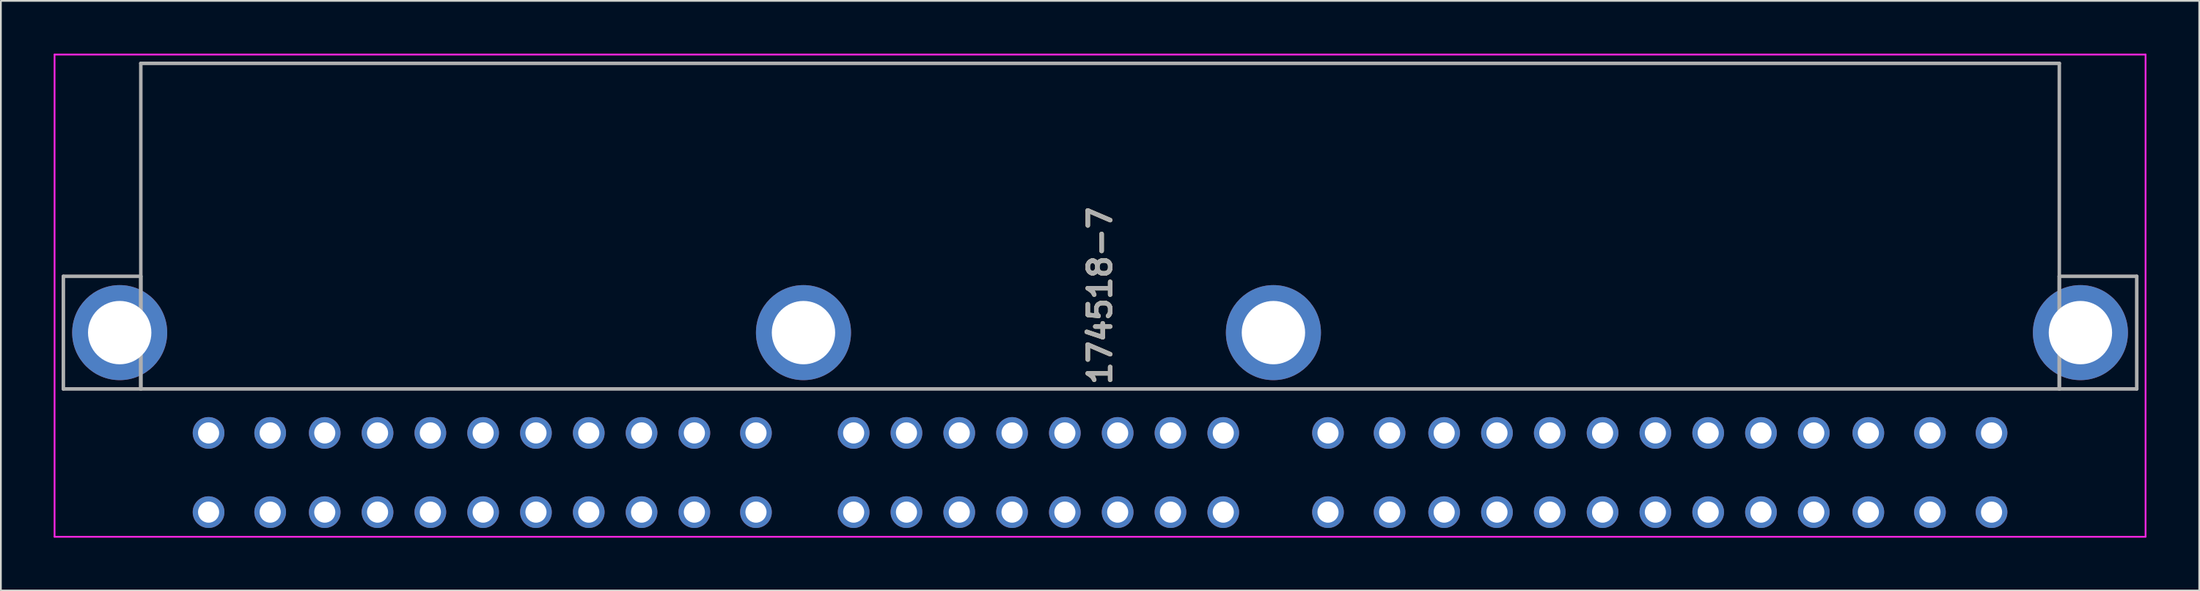
<source format=kicad_pcb>
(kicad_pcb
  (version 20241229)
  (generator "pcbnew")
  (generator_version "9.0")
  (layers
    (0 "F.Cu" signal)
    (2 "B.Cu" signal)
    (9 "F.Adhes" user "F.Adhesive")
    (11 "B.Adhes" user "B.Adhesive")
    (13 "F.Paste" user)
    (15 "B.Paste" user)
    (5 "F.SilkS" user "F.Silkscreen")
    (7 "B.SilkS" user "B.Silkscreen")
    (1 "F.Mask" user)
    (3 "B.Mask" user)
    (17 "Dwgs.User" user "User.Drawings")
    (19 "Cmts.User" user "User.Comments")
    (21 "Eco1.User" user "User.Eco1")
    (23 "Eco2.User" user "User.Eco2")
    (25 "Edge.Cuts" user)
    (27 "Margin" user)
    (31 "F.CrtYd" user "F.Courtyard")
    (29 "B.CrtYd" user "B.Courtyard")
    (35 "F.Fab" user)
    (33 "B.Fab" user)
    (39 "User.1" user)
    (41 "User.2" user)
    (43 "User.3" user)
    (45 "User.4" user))
  (footprint "174518-7"
    (layer "F.Cu")
    (at 59.1 14.55)
    (property "Reference" "174518-7" (at 0.35 -0.8 90) (layer "F.SilkS") (effects (font (size 1.27 1.27) (thickness 0.254))))
    (attr through_hole)
    (fp_line (start -54.15 -14) (end 54.85 -14) (stroke (width 0.1) (type solid)) (layer "F.SilkS"))
    (fp_line (start -54.15 -1.9) (end -54.15 -14) (stroke (width 0.1) (type solid)) (layer "F.SilkS"))
    (fp_line (start 54.85 -1.9) (end 54.85 -14) (stroke (width 0.1) (type solid)) (layer "F.SilkS"))
    (fp_line (start 54.85 4.5) (end -54.15 4.5) (stroke (width 0.1) (type solid)) (layer "F.SilkS"))
    (fp_line (start -59.05 -14.5) (end 59.75 -14.5) (stroke (width 0.1) (type solid)) (layer "F.CrtYd"))
    (fp_line (start -59.05 12.9) (end -59.05 -14.5) (stroke (width 0.1) (type solid)) (layer "F.CrtYd"))
    (fp_line (start 59.75 -14.5) (end 59.75 12.9) (stroke (width 0.1) (type solid)) (layer "F.CrtYd"))
    (fp_line (start 59.75 12.9) (end -59.05 12.9) (stroke (width 0.1) (type solid)) (layer "F.CrtYd"))
    (fp_line (start -58.55 -1.9) (end -58.55 4.5) (stroke (width 0.2) (type solid)) (layer "F.Fab"))
    (fp_line (start -58.55 4.5) (end -54.15 4.5) (stroke (width 0.2) (type solid)) (layer "F.Fab"))
    (fp_line (start -54.15 -14) (end 54.85 -14) (stroke (width 0.2) (type solid)) (layer "F.Fab"))
    (fp_line (start -54.15 -1.9) (end -58.55 -1.9) (stroke (width 0.2) (type solid)) (layer "F.Fab"))
    (fp_line (start -54.15 4.5) (end -54.15 -14) (stroke (width 0.2) (type solid)) (layer "F.Fab"))
    (fp_line (start -54.15 4.5) (end -54.15 -1.9) (stroke (width 0.2) (type solid)) (layer "F.Fab"))
    (fp_line (start 54.85 -14) (end 54.85 4.5) (stroke (width 0.2) (type solid)) (layer "F.Fab"))
    (fp_line (start 54.85 -1.9) (end 59.25 -1.9) (stroke (width 0.2) (type solid)) (layer "F.Fab"))
    (fp_line (start 54.85 4.5) (end -54.15 4.5) (stroke (width 0.2) (type solid)) (layer "F.Fab"))
    (fp_line (start 54.85 4.5) (end 54.85 -1.9) (stroke (width 0.2) (type solid)) (layer "F.Fab"))
    (fp_line (start 59.25 -1.9) (end 59.25 4.5) (stroke (width 0.2) (type solid)) (layer "F.Fab"))
    (fp_line (start 59.25 4.5) (end 54.85 4.5) (stroke (width 0.2) (type solid)) (layer "F.Fab"))
    (fp_text user "${REFERENCE}" (at 0.35 -0.8 90) (layer "F.Fab") (effects (font (size 1.27 1.27) (thickness 0.254))))
    (pad "1A" thru_hole circle (at -50.3 7 90) (size 1.8 1.8) (drill 1.2) (layers "*.Cu" "*.Mask"))
    (pad "1B" thru_hole circle (at -50.3 11.5 90) (size 1.8 1.8) (drill 1.2) (layers "*.Cu" "*.Mask"))
    (pad "1C" thru_hole circle (at -46.8 7 90) (size 1.8 1.8) (drill 1.2) (layers "*.Cu" "*.Mask"))
    (pad "1D" thru_hole circle (at -46.8 11.5 90) (size 1.8 1.8) (drill 1.2) (layers "*.Cu" "*.Mask"))
    (pad "1E" thru_hole circle (at -43.7 7 90) (size 1.8 1.8) (drill 1.2) (layers "*.Cu" "*.Mask"))
    (pad "1F" thru_hole circle (at -43.7 11.5 90) (size 1.8 1.8) (drill 1.2) (layers "*.Cu" "*.Mask"))
    (pad "1G" thru_hole circle (at -40.7 7 90) (size 1.8 1.8) (drill 1.2) (layers "*.Cu" "*.Mask"))
    (pad "1H" thru_hole circle (at -40.7 11.5 90) (size 1.8 1.8) (drill 1.2) (layers "*.Cu" "*.Mask"))
    (pad "1I" thru_hole circle (at -37.7 7 90) (size 1.8 1.8) (drill 1.2) (layers "*.Cu" "*.Mask"))
    (pad "1J" thru_hole circle (at -37.7 11.5 90) (size 1.8 1.8) (drill 1.2) (layers "*.Cu" "*.Mask"))
    (pad "1K" thru_hole circle (at -34.7 7 90) (size 1.8 1.8) (drill 1.2) (layers "*.Cu" "*.Mask"))
    (pad "1L" thru_hole circle (at -34.7 11.5 90) (size 1.8 1.8) (drill 1.2) (layers "*.Cu" "*.Mask"))
    (pad "1M" thru_hole circle (at -31.7 7 90) (size 1.8 1.8) (drill 1.2) (layers "*.Cu" "*.Mask"))
    (pad "1N" thru_hole circle (at -31.7 11.5 90) (size 1.8 1.8) (drill 1.2) (layers "*.Cu" "*.Mask"))
    (pad "1O" thru_hole circle (at -28.7 7 90) (size 1.8 1.8) (drill 1.2) (layers "*.Cu" "*.Mask"))
    (pad "1P" thru_hole circle (at -28.7 11.5 90) (size 1.8 1.8) (drill 1.2) (layers "*.Cu" "*.Mask"))
    (pad "1Q" thru_hole circle (at -25.7 7 90) (size 1.8 1.8) (drill 1.2) (layers "*.Cu" "*.Mask"))
    (pad "1R" thru_hole circle (at -25.7 11.5 90) (size 1.8 1.8) (drill 1.2) (layers "*.Cu" "*.Mask"))
    (pad "1S" thru_hole circle (at -22.7 7 90) (size 1.8 1.8) (drill 1.2) (layers "*.Cu" "*.Mask"))
    (pad "1T" thru_hole circle (at -22.7 11.5 90) (size 1.8 1.8) (drill 1.2) (layers "*.Cu" "*.Mask"))
    (pad "1U" thru_hole circle (at -19.2 7 90) (size 1.8 1.8) (drill 1.2) (layers "*.Cu" "*.Mask"))
    (pad "1V" thru_hole circle (at -19.2 11.5 90) (size 1.8 1.8) (drill 1.2) (layers "*.Cu" "*.Mask"))
    (pad "2A" thru_hole circle (at 13.3 7 90) (size 1.8 1.8) (drill 1.2) (layers "*.Cu" "*.Mask"))
    (pad "2B" thru_hole circle (at 13.3 11.5 90) (size 1.8 1.8) (drill 1.2) (layers "*.Cu" "*.Mask"))
    (pad "2C" thru_hole circle (at 16.8 7 90) (size 1.8 1.8) (drill 1.2) (layers "*.Cu" "*.Mask"))
    (pad "2D" thru_hole circle (at 16.8 11.5 90) (size 1.8 1.8) (drill 1.2) (layers "*.Cu" "*.Mask"))
    (pad "2E" thru_hole circle (at 19.9 7 90) (size 1.8 1.8) (drill 1.2) (layers "*.Cu" "*.Mask"))
    (pad "2F" thru_hole circle (at 19.9 11.5 90) (size 1.8 1.8) (drill 1.2) (layers "*.Cu" "*.Mask"))
    (pad "2G" thru_hole circle (at 22.9 7 90) (size 1.8 1.8) (drill 1.2) (layers "*.Cu" "*.Mask"))
    (pad "2H" thru_hole circle (at 22.9 11.5 90) (size 1.8 1.8) (drill 1.2) (layers "*.Cu" "*.Mask"))
    (pad "2I" thru_hole circle (at 25.9 7 90) (size 1.8 1.8) (drill 1.2) (layers "*.Cu" "*.Mask"))
    (pad "2J" thru_hole circle (at 25.9 11.5 90) (size 1.8 1.8) (drill 1.2) (layers "*.Cu" "*.Mask"))
    (pad "2K" thru_hole circle (at 28.9 7 90) (size 1.8 1.8) (drill 1.2) (layers "*.Cu" "*.Mask"))
    (pad "2L" thru_hole circle (at 28.9 11.5 90) (size 1.8 1.8) (drill 1.2) (layers "*.Cu" "*.Mask"))
    (pad "2M" thru_hole circle (at 31.9 7 90) (size 1.8 1.8) (drill 1.2) (layers "*.Cu" "*.Mask"))
    (pad "2N" thru_hole circle (at 31.9 11.5 90) (size 1.8 1.8) (drill 1.2) (layers "*.Cu" "*.Mask"))
    (pad "2O" thru_hole circle (at 34.9 7 90) (size 1.8 1.8) (drill 1.2) (layers "*.Cu" "*.Mask"))
    (pad "2P" thru_hole circle (at 34.9 11.5 90) (size 1.8 1.8) (drill 1.2) (layers "*.Cu" "*.Mask"))
    (pad "2Q" thru_hole circle (at 37.9 7 90) (size 1.8 1.8) (drill 1.2) (layers "*.Cu" "*.Mask"))
    (pad "2R" thru_hole circle (at 37.9 11.5 90) (size 1.8 1.8) (drill 1.2) (layers "*.Cu" "*.Mask"))
    (pad "2S" thru_hole circle (at 40.9 7 90) (size 1.8 1.8) (drill 1.2) (layers "*.Cu" "*.Mask"))
    (pad "2T" thru_hole circle (at 40.9 11.5 90) (size 1.8 1.8) (drill 1.2) (layers "*.Cu" "*.Mask"))
    (pad "2U" thru_hole circle (at 44 7 90) (size 1.8 1.8) (drill 1.2) (layers "*.Cu" "*.Mask"))
    (pad "2V" thru_hole circle (at 44 11.5 90) (size 1.8 1.8) (drill 1.2) (layers "*.Cu" "*.Mask"))
    (pad "2W" thru_hole circle (at 47.5 7 90) (size 1.8 1.8) (drill 1.2) (layers "*.Cu" "*.Mask"))
    (pad "2X" thru_hole circle (at 47.5 11.5 90) (size 1.8 1.8) (drill 1.2) (layers "*.Cu" "*.Mask"))
    (pad "2Y" thru_hole circle (at 51 11.5 90) (size 1.8 1.8) (drill 1.2) (layers "*.Cu" "*.Mask"))
    (pad "2Z" thru_hole circle (at 51 7 90) (size 1.8 1.8) (drill 1.2) (layers "*.Cu" "*.Mask"))
    (pad "3A" thru_hole circle (at -13.65 7 90) (size 1.8 1.8) (drill 1.2) (layers "*.Cu" "*.Mask"))
    (pad "3B" thru_hole circle (at -13.65 11.5 90) (size 1.8 1.8) (drill 1.2) (layers "*.Cu" "*.Mask"))
    (pad "3C" thru_hole circle (at -10.65 7 90) (size 1.8 1.8) (drill 1.2) (layers "*.Cu" "*.Mask"))
    (pad "3D" thru_hole circle (at -10.65 11.5 90) (size 1.8 1.8) (drill 1.2) (layers "*.Cu" "*.Mask"))
    (pad "3E" thru_hole circle (at -7.65 7 90) (size 1.8 1.8) (drill 1.2) (layers "*.Cu" "*.Mask"))
    (pad "3F" thru_hole circle (at -7.65 11.5 90) (size 1.8 1.8) (drill 1.2) (layers "*.Cu" "*.Mask"))
    (pad "3G" thru_hole circle (at -4.65 7 90) (size 1.8 1.8) (drill 1.2) (layers "*.Cu" "*.Mask"))
    (pad "3H" thru_hole circle (at -4.65 11.5 90) (size 1.8 1.8) (drill 1.2) (layers "*.Cu" "*.Mask"))
    (pad "3I" thru_hole circle (at -1.65 7 90) (size 1.8 1.8) (drill 1.2) (layers "*.Cu" "*.Mask"))
    (pad "3J" thru_hole circle (at -1.65 11.5 90) (size 1.8 1.8) (drill 1.2) (layers "*.Cu" "*.Mask"))
    (pad "3K" thru_hole circle (at 1.35 7 90) (size 1.8 1.8) (drill 1.2) (layers "*.Cu" "*.Mask"))
    (pad "3L" thru_hole circle (at 1.35 11.5 90) (size 1.8 1.8) (drill 1.2) (layers "*.Cu" "*.Mask"))
    (pad "3M" thru_hole circle (at 4.35 7 90) (size 1.8 1.8) (drill 1.2) (layers "*.Cu" "*.Mask"))
    (pad "3N" thru_hole circle (at 4.35 11.5 90) (size 1.8 1.8) (drill 1.2) (layers "*.Cu" "*.Mask"))
    (pad "3O" thru_hole circle (at 7.35 7 90) (size 1.8 1.8) (drill 1.2) (layers "*.Cu" "*.Mask"))
    (pad "3P" thru_hole circle (at 7.35 11.5 90) (size 1.8 1.8) (drill 1.2) (layers "*.Cu" "*.Mask"))
    (pad "MH1" thru_hole circle (at -55.35 1.3 90) (size 5.4 5.4) (drill 3.6) (layers "*.Cu" "*.Mask"))
    (pad "MH2" thru_hole circle (at -16.5 1.3 90) (size 5.4 5.4) (drill 3.6) (layers "*.Cu" "*.Mask"))
    (pad "MH3" thru_hole circle (at 10.2 1.3 90) (size 5.4 5.4) (drill 3.6) (layers "*.Cu" "*.Mask"))
    (pad "MH4" thru_hole circle (at 56.05 1.3 90) (size 5.4 5.4) (drill 3.6) (layers "*.Cu" "*.Mask")))
  (gr_rect
    (start -3 -3)
    (end 121.9 30.5)
    (stroke (width 0.1) (type default))
    (fill no)
    (layer "Edge.Cuts")))
</source>
